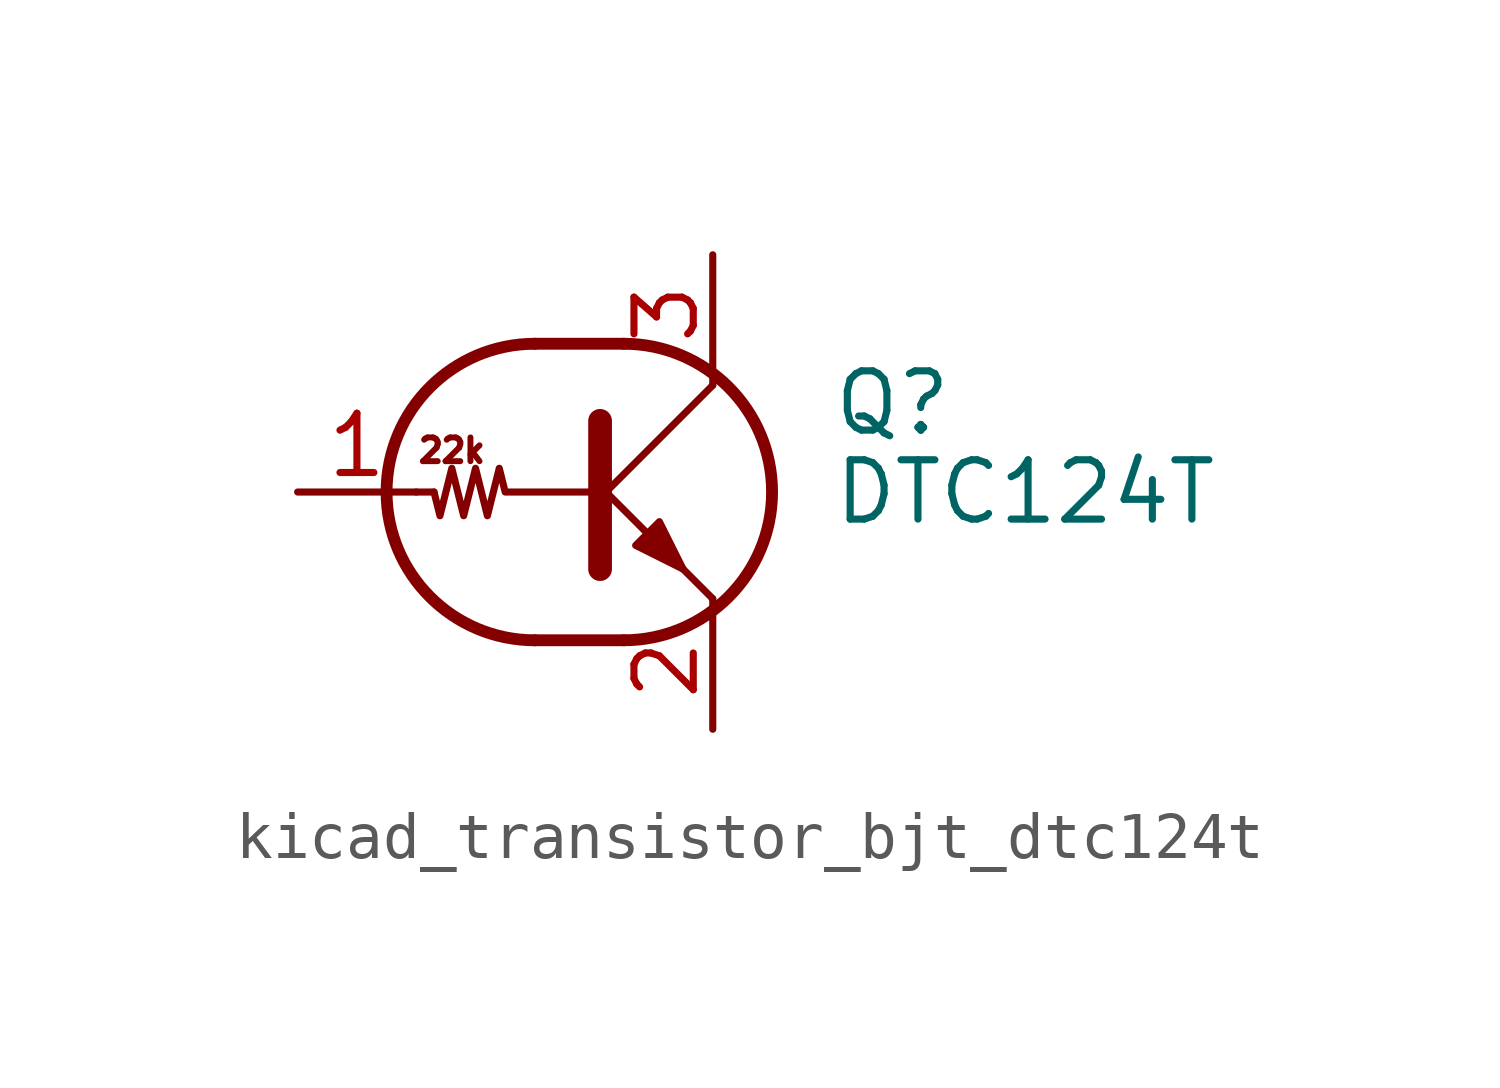
<source format=kicad_sym>
(kicad_symbol_lib
  (version 20220914)
  (generator kicad_symbol_editor)
  (symbol "kicad_transistor_bjt_dtc124t"
    (pin_names
      (offset 0) hide)
    (property "Reference" "Q"
      (at 5.08 1.905 0)
      (effects (font (size 1.27 1.27)) (justify left)))
    (property "Value" "DTC124T"
      (at 5.08 0 0)
      (effects (font (size 1.27 1.27)) (justify left)))
    (symbol "kicad_transistor_bjt_dtc124t_0_0"
      (polyline (pts (xy 2.54 -2.286) (xy 2.54 -2.54)) (stroke (width 0) (type default)) (fill (type none)))
      (text "22k" (at -3.048 0.889 0) (effects (font (size 0.508 0.508)))))
    (symbol "kicad_transistor_bjt_dtc124t_0_1"
      (arc (start -1.27 3.175) (mid -4.4312 0) (end -1.27 -3.175) (stroke (width 0.254) (type default)) (fill (type none)))
      (polyline (pts (xy -3.429 0) (xy -3.81 0)) (stroke (width 0) (type default)) (fill (type none)))
      (polyline (pts (xy -1.27 -3.175) (xy 0.635 -3.175)) (stroke (width 0.254) (type default)) (fill (type none)))
      (polyline (pts (xy -1.27 3.175) (xy 0.635 3.175)) (stroke (width 0.254) (type default)) (fill (type none)))
      (polyline (pts (xy 0 -0.254) (xy 2.54 2.286)) (stroke (width 0) (type default)) (fill (type none)))
      (polyline (pts (xy 0.127 1.524) (xy 0.127 -1.651)) (stroke (width 0.508) (type default)) (fill (type outline)))
      (polyline (pts (xy 2.54 2.286) (xy 2.54 2.54)) (stroke (width 0) (type default)) (fill (type none)))
      (polyline (pts (xy 2.54 -2.286) (xy 0 0.254) (xy 0 0.254)) (stroke (width 0) (type default)) (fill (type none)))
      (polyline (pts (xy 0.889 -1.143) (xy 1.397 -0.635) (xy 1.905 -1.651) (xy 0.889 -1.143)) (stroke (width 0) (type default)) (fill (type outline)))
      (polyline (pts (xy 0 0) (xy -1.905 0) (xy -2.032 0.508) (xy -2.286 -0.508) (xy -2.54 0.508) (xy -2.794 -0.508) (xy -3.048 0.508) (xy -3.302 -0.508) (xy -3.429 0)) (stroke (width 0) (type default)) (fill (type none)))
      (arc (start 0.635 -3.175) (mid 3.7962 0) (end 0.635 3.175) (stroke (width 0.254) (type default)) (fill (type none))))
    (symbol "kicad_transistor_bjt_dtc124t_1_1"
      (pin input line (at -6.35 0 0) (length 2.54) (name "B" (effects (font (size 1.27 1.27)))) (number "1" (effects (font (size 1.27 1.27)))))
      (pin passive line (at 2.54 -5.08 90) (length 2.54) (name "E" (effects (font (size 1.27 1.27)))) (number "2" (effects (font (size 1.27 1.27)))))
      (pin passive line (at 2.54 5.08 270) (length 2.54) (name "C" (effects (font (size 1.27 1.27)))) (number "3" (effects (font (size 1.27 1.27))))))))
</source>
